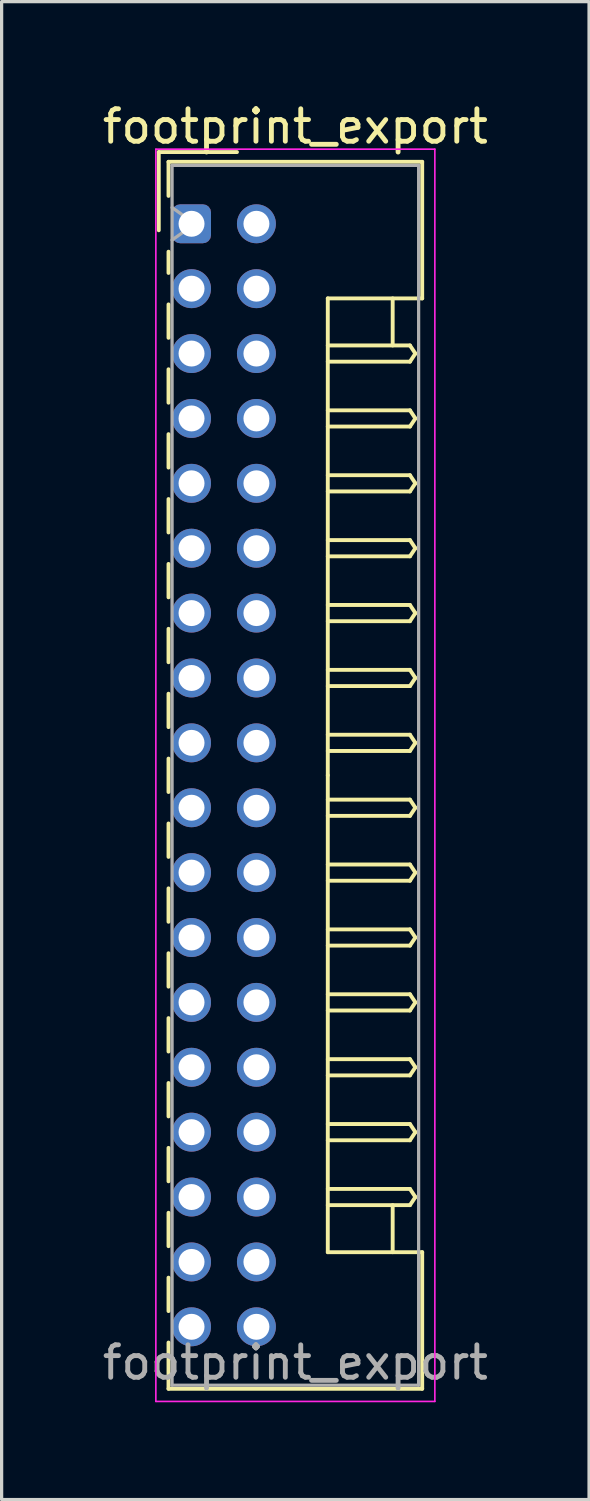
<source format=kicad_pcb>
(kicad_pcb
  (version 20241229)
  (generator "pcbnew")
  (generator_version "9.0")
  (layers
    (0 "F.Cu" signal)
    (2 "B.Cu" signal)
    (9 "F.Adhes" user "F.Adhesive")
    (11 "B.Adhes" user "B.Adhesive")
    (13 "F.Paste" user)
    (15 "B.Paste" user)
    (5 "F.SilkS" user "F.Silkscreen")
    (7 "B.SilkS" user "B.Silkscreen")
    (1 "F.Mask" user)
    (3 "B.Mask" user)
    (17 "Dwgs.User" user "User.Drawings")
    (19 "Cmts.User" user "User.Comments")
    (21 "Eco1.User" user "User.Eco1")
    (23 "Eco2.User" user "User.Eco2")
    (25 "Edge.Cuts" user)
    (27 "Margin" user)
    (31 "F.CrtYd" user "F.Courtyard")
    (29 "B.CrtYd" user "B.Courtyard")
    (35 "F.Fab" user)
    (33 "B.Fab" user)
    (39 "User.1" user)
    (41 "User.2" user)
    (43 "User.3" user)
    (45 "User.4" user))
  (footprint "footprint_export"
    (layer "F.Cu")
    (at 2.854 3.848)
    (property "Reference" "footprint_export" (at 3.2 -3 0) (layer "F.SilkS") (effects (font (size 1 1) (thickness 0.15))))
    (attr through_hole)
    (fp_line (start -1.01 -2.21) (end -1.01 0.2) (stroke (width 0.12) (type solid)) (layer "F.SilkS"))
    (fp_line (start -0.71 -1.91) (end -0.71 -0.86) (stroke (width 0.12) (type solid)) (layer "F.SilkS"))
    (fp_line (start -0.71 -1.91) (end 7.11 -1.91) (stroke (width 0.12) (type solid)) (layer "F.SilkS"))
    (fp_line (start -0.71 0.86) (end -0.71 1.515) (stroke (width 0.12) (type solid)) (layer "F.SilkS"))
    (fp_line (start -0.71 2.485) (end -0.71 3.515) (stroke (width 0.12) (type solid)) (layer "F.SilkS"))
    (fp_line (start -0.71 4.485) (end -0.71 5.515) (stroke (width 0.12) (type solid)) (layer "F.SilkS"))
    (fp_line (start -0.71 6.485) (end -0.71 7.515) (stroke (width 0.12) (type solid)) (layer "F.SilkS"))
    (fp_line (start -0.71 8.485) (end -0.71 9.515) (stroke (width 0.12) (type solid)) (layer "F.SilkS"))
    (fp_line (start -0.71 10.485) (end -0.71 11.515) (stroke (width 0.12) (type solid)) (layer "F.SilkS"))
    (fp_line (start -0.71 12.485) (end -0.71 13.515) (stroke (width 0.12) (type solid)) (layer "F.SilkS"))
    (fp_line (start -0.71 14.485) (end -0.71 15.515) (stroke (width 0.12) (type solid)) (layer "F.SilkS"))
    (fp_line (start -0.71 16.485) (end -0.71 17.515) (stroke (width 0.12) (type solid)) (layer "F.SilkS"))
    (fp_line (start -0.71 18.485) (end -0.71 19.515) (stroke (width 0.12) (type solid)) (layer "F.SilkS"))
    (fp_line (start -0.71 20.485) (end -0.71 21.515) (stroke (width 0.12) (type solid)) (layer "F.SilkS"))
    (fp_line (start -0.71 22.485) (end -0.71 23.515) (stroke (width 0.12) (type solid)) (layer "F.SilkS"))
    (fp_line (start -0.71 24.485) (end -0.71 25.515) (stroke (width 0.12) (type solid)) (layer "F.SilkS"))
    (fp_line (start -0.71 26.485) (end -0.71 27.515) (stroke (width 0.12) (type solid)) (layer "F.SilkS"))
    (fp_line (start -0.71 28.485) (end -0.71 29.515) (stroke (width 0.12) (type solid)) (layer "F.SilkS"))
    (fp_line (start -0.71 30.485) (end -0.71 31.515) (stroke (width 0.12) (type solid)) (layer "F.SilkS"))
    (fp_line (start -0.71 32.485) (end -0.71 33.515) (stroke (width 0.12) (type solid)) (layer "F.SilkS"))
    (fp_line (start -0.71 34.485) (end -0.71 35.91) (stroke (width 0.12) (type solid)) (layer "F.SilkS"))
    (fp_line (start -0.71 35.91) (end 7.11 35.91) (stroke (width 0.12) (type solid)) (layer "F.SilkS"))
    (fp_line (start 1.4 -2.21) (end -1.01 -2.21) (stroke (width 0.12) (type solid)) (layer "F.SilkS"))
    (fp_line (start 4.2 2.3) (end 4.2 17) (stroke (width 0.12) (type solid)) (layer "F.SilkS"))
    (fp_line (start 4.2 3.75) (end 6.733 3.75) (stroke (width 0.12) (type solid)) (layer "F.SilkS"))
    (fp_line (start 4.2 5.75) (end 6.733 5.75) (stroke (width 0.12) (type solid)) (layer "F.SilkS"))
    (fp_line (start 4.2 7.75) (end 6.733 7.75) (stroke (width 0.12) (type solid)) (layer "F.SilkS"))
    (fp_line (start 4.2 9.75) (end 6.733 9.75) (stroke (width 0.12) (type solid)) (layer "F.SilkS"))
    (fp_line (start 4.2 11.75) (end 6.733 11.75) (stroke (width 0.12) (type solid)) (layer "F.SilkS"))
    (fp_line (start 4.2 13.75) (end 6.733 13.75) (stroke (width 0.12) (type solid)) (layer "F.SilkS"))
    (fp_line (start 4.2 15.75) (end 6.733 15.75) (stroke (width 0.12) (type solid)) (layer "F.SilkS"))
    (fp_line (start 4.2 17.75) (end 6.733 17.75) (stroke (width 0.12) (type solid)) (layer "F.SilkS"))
    (fp_line (start 4.2 19.75) (end 6.733 19.75) (stroke (width 0.12) (type solid)) (layer "F.SilkS"))
    (fp_line (start 4.2 21.75) (end 6.733 21.75) (stroke (width 0.12) (type solid)) (layer "F.SilkS"))
    (fp_line (start 4.2 23.75) (end 6.733 23.75) (stroke (width 0.12) (type solid)) (layer "F.SilkS"))
    (fp_line (start 4.2 25.75) (end 6.733 25.75) (stroke (width 0.12) (type solid)) (layer "F.SilkS"))
    (fp_line (start 4.2 27.75) (end 6.733 27.75) (stroke (width 0.12) (type solid)) (layer "F.SilkS"))
    (fp_line (start 4.2 29.75) (end 6.733 29.75) (stroke (width 0.12) (type solid)) (layer "F.SilkS"))
    (fp_line (start 4.2 31.7) (end 4.2 17) (stroke (width 0.12) (type solid)) (layer "F.SilkS"))
    (fp_line (start 6.2 2.3) (end 6.2 3.75) (stroke (width 0.12) (type solid)) (layer "F.SilkS"))
    (fp_line (start 6.2 31.7) (end 6.2 30.25) (stroke (width 0.12) (type solid)) (layer "F.SilkS"))
    (fp_line (start 6.733 3.75) (end 6.9 4) (stroke (width 0.12) (type solid)) (layer "F.SilkS"))
    (fp_line (start 6.733 4.25) (end 4.2 4.25) (stroke (width 0.12) (type solid)) (layer "F.SilkS"))
    (fp_line (start 6.733 5.75) (end 6.9 6) (stroke (width 0.12) (type solid)) (layer "F.SilkS"))
    (fp_line (start 6.733 6.25) (end 4.2 6.25) (stroke (width 0.12) (type solid)) (layer "F.SilkS"))
    (fp_line (start 6.733 7.75) (end 6.9 8) (stroke (width 0.12) (type solid)) (layer "F.SilkS"))
    (fp_line (start 6.733 8.25) (end 4.2 8.25) (stroke (width 0.12) (type solid)) (layer "F.SilkS"))
    (fp_line (start 6.733 9.75) (end 6.9 10) (stroke (width 0.12) (type solid)) (layer "F.SilkS"))
    (fp_line (start 6.733 10.25) (end 4.2 10.25) (stroke (width 0.12) (type solid)) (layer "F.SilkS"))
    (fp_line (start 6.733 11.75) (end 6.9 12) (stroke (width 0.12) (type solid)) (layer "F.SilkS"))
    (fp_line (start 6.733 12.25) (end 4.2 12.25) (stroke (width 0.12) (type solid)) (layer "F.SilkS"))
    (fp_line (start 6.733 13.75) (end 6.9 14) (stroke (width 0.12) (type solid)) (layer "F.SilkS"))
    (fp_line (start 6.733 14.25) (end 4.2 14.25) (stroke (width 0.12) (type solid)) (layer "F.SilkS"))
    (fp_line (start 6.733 15.75) (end 6.9 16) (stroke (width 0.12) (type solid)) (layer "F.SilkS"))
    (fp_line (start 6.733 16.25) (end 4.2 16.25) (stroke (width 0.12) (type solid)) (layer "F.SilkS"))
    (fp_line (start 6.733 17.75) (end 6.9 18) (stroke (width 0.12) (type solid)) (layer "F.SilkS"))
    (fp_line (start 6.733 18.25) (end 4.2 18.25) (stroke (width 0.12) (type solid)) (layer "F.SilkS"))
    (fp_line (start 6.733 19.75) (end 6.9 20) (stroke (width 0.12) (type solid)) (layer "F.SilkS"))
    (fp_line (start 6.733 20.25) (end 4.2 20.25) (stroke (width 0.12) (type solid)) (layer "F.SilkS"))
    (fp_line (start 6.733 21.75) (end 6.9 22) (stroke (width 0.12) (type solid)) (layer "F.SilkS"))
    (fp_line (start 6.733 22.25) (end 4.2 22.25) (stroke (width 0.12) (type solid)) (layer "F.SilkS"))
    (fp_line (start 6.733 23.75) (end 6.9 24) (stroke (width 0.12) (type solid)) (layer "F.SilkS"))
    (fp_line (start 6.733 24.25) (end 4.2 24.25) (stroke (width 0.12) (type solid)) (layer "F.SilkS"))
    (fp_line (start 6.733 25.75) (end 6.9 26) (stroke (width 0.12) (type solid)) (layer "F.SilkS"))
    (fp_line (start 6.733 26.25) (end 4.2 26.25) (stroke (width 0.12) (type solid)) (layer "F.SilkS"))
    (fp_line (start 6.733 27.75) (end 6.9 28) (stroke (width 0.12) (type solid)) (layer "F.SilkS"))
    (fp_line (start 6.733 28.25) (end 4.2 28.25) (stroke (width 0.12) (type solid)) (layer "F.SilkS"))
    (fp_line (start 6.733 29.75) (end 6.9 30) (stroke (width 0.12) (type solid)) (layer "F.SilkS"))
    (fp_line (start 6.733 30.25) (end 4.2 30.25) (stroke (width 0.12) (type solid)) (layer "F.SilkS"))
    (fp_line (start 6.9 4) (end 6.733 4.25) (stroke (width 0.12) (type solid)) (layer "F.SilkS"))
    (fp_line (start 6.9 6) (end 6.733 6.25) (stroke (width 0.12) (type solid)) (layer "F.SilkS"))
    (fp_line (start 6.9 8) (end 6.733 8.25) (stroke (width 0.12) (type solid)) (layer "F.SilkS"))
    (fp_line (start 6.9 10) (end 6.733 10.25) (stroke (width 0.12) (type solid)) (layer "F.SilkS"))
    (fp_line (start 6.9 12) (end 6.733 12.25) (stroke (width 0.12) (type solid)) (layer "F.SilkS"))
    (fp_line (start 6.9 14) (end 6.733 14.25) (stroke (width 0.12) (type solid)) (layer "F.SilkS"))
    (fp_line (start 6.9 16) (end 6.733 16.25) (stroke (width 0.12) (type solid)) (layer "F.SilkS"))
    (fp_line (start 6.9 18) (end 6.733 18.25) (stroke (width 0.12) (type solid)) (layer "F.SilkS"))
    (fp_line (start 6.9 20) (end 6.733 20.25) (stroke (width 0.12) (type solid)) (layer "F.SilkS"))
    (fp_line (start 6.9 22) (end 6.733 22.25) (stroke (width 0.12) (type solid)) (layer "F.SilkS"))
    (fp_line (start 6.9 24) (end 6.733 24.25) (stroke (width 0.12) (type solid)) (layer "F.SilkS"))
    (fp_line (start 6.9 26) (end 6.733 26.25) (stroke (width 0.12) (type solid)) (layer "F.SilkS"))
    (fp_line (start 6.9 28) (end 6.733 28.25) (stroke (width 0.12) (type solid)) (layer "F.SilkS"))
    (fp_line (start 6.9 30) (end 6.733 30.25) (stroke (width 0.12) (type solid)) (layer "F.SilkS"))
    (fp_line (start 7.11 -1.91) (end 7.11 2.3) (stroke (width 0.12) (type solid)) (layer "F.SilkS"))
    (fp_line (start 7.11 2.3) (end 4.2 2.3) (stroke (width 0.12) (type solid)) (layer "F.SilkS"))
    (fp_line (start 7.11 31.7) (end 4.2 31.7) (stroke (width 0.12) (type solid)) (layer "F.SilkS"))
    (fp_line (start 7.11 35.91) (end 7.11 31.7) (stroke (width 0.12) (type solid)) (layer "F.SilkS"))
    (fp_line (start -1.1 -2.3) (end -1.1 36.3) (stroke (width 0.05) (type solid)) (layer "F.CrtYd"))
    (fp_line (start -1.1 36.3) (end 7.5 36.3) (stroke (width 0.05) (type solid)) (layer "F.CrtYd"))
    (fp_line (start 7.5 -2.3) (end -1.1 -2.3) (stroke (width 0.05) (type solid)) (layer "F.CrtYd"))
    (fp_line (start 7.5 36.3) (end 7.5 -2.3) (stroke (width 0.05) (type solid)) (layer "F.CrtYd"))
    (fp_line (start -0.6 -1.8) (end -0.6 35.8) (stroke (width 0.1) (type solid)) (layer "F.Fab"))
    (fp_line (start -0.6 0.5) (end 0.107 0) (stroke (width 0.1) (type solid)) (layer "F.Fab"))
    (fp_line (start -0.6 35.8) (end 7 35.8) (stroke (width 0.1) (type solid)) (layer "F.Fab"))
    (fp_line (start 0.107 0) (end -0.6 -0.5) (stroke (width 0.1) (type solid)) (layer "F.Fab"))
    (fp_line (start 7 -1.8) (end -0.6 -1.8) (stroke (width 0.1) (type solid)) (layer "F.Fab"))
    (fp_line (start 7 35.8) (end 7 -1.8) (stroke (width 0.1) (type solid)) (layer "F.Fab"))
    (fp_text user "${REFERENCE}" (at 3.2 35.1 0) (layer "F.Fab") (effects (font (size 1 1) (thickness 0.15))))
    (pad "a1" thru_hole roundrect (at 0 0) (size 1.2 1.2) (drill 0.8) (layers "*.Cu" "*.Mask") (roundrect_rratio 0.208))
    (pad "a2" thru_hole circle (at 0 2) (size 1.2 1.2) (drill 0.8) (layers "*.Cu" "*.Mask"))
    (pad "a3" thru_hole circle (at 0 4) (size 1.2 1.2) (drill 0.8) (layers "*.Cu" "*.Mask"))
    (pad "a4" thru_hole circle (at 0 6) (size 1.2 1.2) (drill 0.8) (layers "*.Cu" "*.Mask"))
    (pad "a5" thru_hole circle (at 0 8) (size 1.2 1.2) (drill 0.8) (layers "*.Cu" "*.Mask"))
    (pad "a6" thru_hole circle (at 0 10) (size 1.2 1.2) (drill 0.8) (layers "*.Cu" "*.Mask"))
    (pad "a7" thru_hole circle (at 0 12) (size 1.2 1.2) (drill 0.8) (layers "*.Cu" "*.Mask"))
    (pad "a8" thru_hole circle (at 0 14) (size 1.2 1.2) (drill 0.8) (layers "*.Cu" "*.Mask"))
    (pad "a9" thru_hole circle (at 0 16) (size 1.2 1.2) (drill 0.8) (layers "*.Cu" "*.Mask"))
    (pad "a10" thru_hole circle (at 0 18) (size 1.2 1.2) (drill 0.8) (layers "*.Cu" "*.Mask"))
    (pad "a11" thru_hole circle (at 0 20) (size 1.2 1.2) (drill 0.8) (layers "*.Cu" "*.Mask"))
    (pad "a12" thru_hole circle (at 0 22) (size 1.2 1.2) (drill 0.8) (layers "*.Cu" "*.Mask"))
    (pad "a13" thru_hole circle (at 0 24) (size 1.2 1.2) (drill 0.8) (layers "*.Cu" "*.Mask"))
    (pad "a14" thru_hole circle (at 0 26) (size 1.2 1.2) (drill 0.8) (layers "*.Cu" "*.Mask"))
    (pad "a15" thru_hole circle (at 0 28) (size 1.2 1.2) (drill 0.8) (layers "*.Cu" "*.Mask"))
    (pad "a16" thru_hole circle (at 0 30) (size 1.2 1.2) (drill 0.8) (layers "*.Cu" "*.Mask"))
    (pad "a17" thru_hole circle (at 0 32) (size 1.2 1.2) (drill 0.8) (layers "*.Cu" "*.Mask"))
    (pad "a18" thru_hole circle (at 0 34) (size 1.2 1.2) (drill 0.8) (layers "*.Cu" "*.Mask"))
    (pad "b1" thru_hole circle (at 2 0) (size 1.2 1.2) (drill 0.8) (layers "*.Cu" "*.Mask"))
    (pad "b2" thru_hole circle (at 2 2) (size 1.2 1.2) (drill 0.8) (layers "*.Cu" "*.Mask"))
    (pad "b3" thru_hole circle (at 2 4) (size 1.2 1.2) (drill 0.8) (layers "*.Cu" "*.Mask"))
    (pad "b4" thru_hole circle (at 2 6) (size 1.2 1.2) (drill 0.8) (layers "*.Cu" "*.Mask"))
    (pad "b5" thru_hole circle (at 2 8) (size 1.2 1.2) (drill 0.8) (layers "*.Cu" "*.Mask"))
    (pad "b6" thru_hole circle (at 2 10) (size 1.2 1.2) (drill 0.8) (layers "*.Cu" "*.Mask"))
    (pad "b7" thru_hole circle (at 2 12) (size 1.2 1.2) (drill 0.8) (layers "*.Cu" "*.Mask"))
    (pad "b8" thru_hole circle (at 2 14) (size 1.2 1.2) (drill 0.8) (layers "*.Cu" "*.Mask"))
    (pad "b9" thru_hole circle (at 2 16) (size 1.2 1.2) (drill 0.8) (layers "*.Cu" "*.Mask"))
    (pad "b10" thru_hole circle (at 2 18) (size 1.2 1.2) (drill 0.8) (layers "*.Cu" "*.Mask"))
    (pad "b11" thru_hole circle (at 2 20) (size 1.2 1.2) (drill 0.8) (layers "*.Cu" "*.Mask"))
    (pad "b12" thru_hole circle (at 2 22) (size 1.2 1.2) (drill 0.8) (layers "*.Cu" "*.Mask"))
    (pad "b13" thru_hole circle (at 2 24) (size 1.2 1.2) (drill 0.8) (layers "*.Cu" "*.Mask"))
    (pad "b14" thru_hole circle (at 2 26) (size 1.2 1.2) (drill 0.8) (layers "*.Cu" "*.Mask"))
    (pad "b15" thru_hole circle (at 2 28) (size 1.2 1.2) (drill 0.8) (layers "*.Cu" "*.Mask"))
    (pad "b16" thru_hole circle (at 2 30) (size 1.2 1.2) (drill 0.8) (layers "*.Cu" "*.Mask"))
    (pad "b17" thru_hole circle (at 2 32) (size 1.2 1.2) (drill 0.8) (layers "*.Cu" "*.Mask"))
    (pad "b18" thru_hole circle (at 2 34) (size 1.2 1.2) (drill 0.8) (layers "*.Cu" "*.Mask")))
  (gr_rect
    (start -3 -3)
    (end 15.107 43.173)
    (stroke (width 0.1) (type default))
    (fill no)
    (layer "Edge.Cuts")))
</source>
